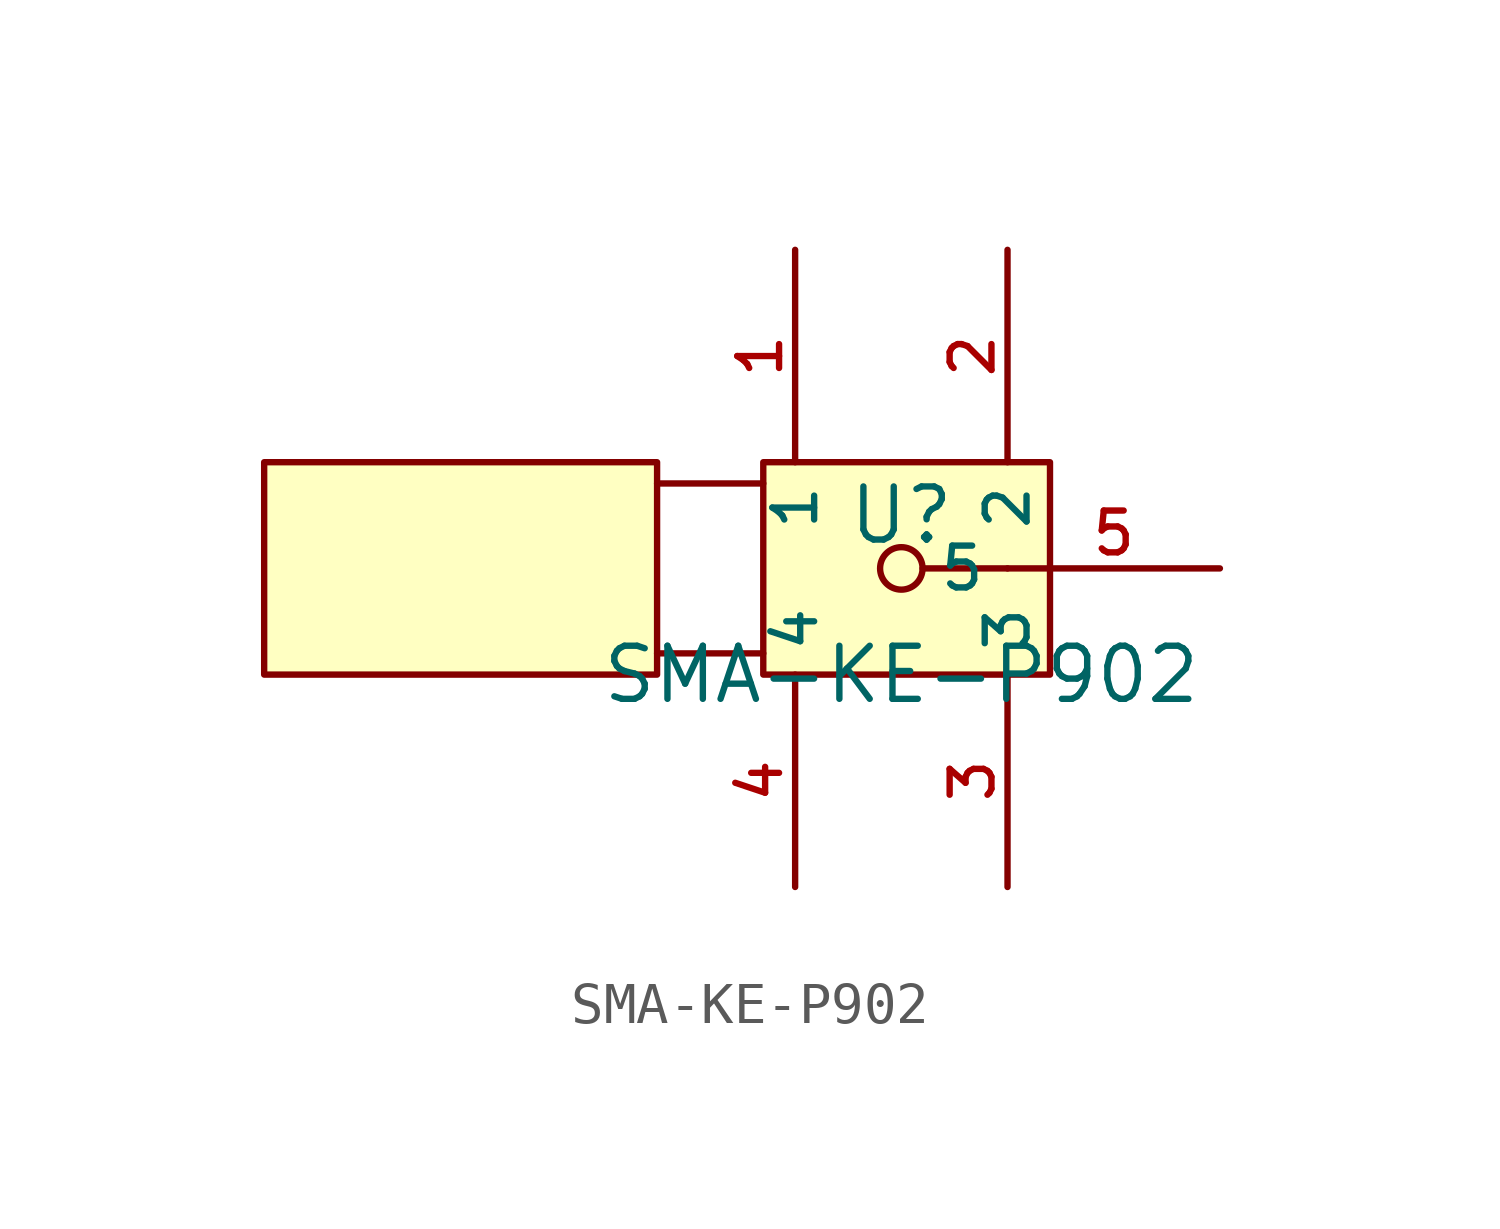
<source format=kicad_sym>
(kicad_symbol_lib
  (version 20210201)
  (generator TousstNicolas/JLC2KiCad_lib)
  (symbol "SMA-KE-P902"
    (property "Reference" "U"
      (at 0 1.27 0)
      (effects (font (size 1.27 1.27))))
    (property "Value" "SMA-KE-P902"
      (at 0 -2.54 0)
      (effects (font (size 1.27 1.27))))
    (symbol "SMA-KE-P902_0_1"
      (rectangle (start -15.24 2.54) (end -5.842 -2.54) (stroke (width 0) (type default) (color 0 0 0 0)) (fill (type background)))
      (rectangle (start -3.302 2.54) (end 3.556 -2.54) (stroke (width 0) (type default) (color 0 0 0 0)) (fill (type background)))
      (polyline (pts (xy -5.842 2.032) (xy -3.302 2.032)) (stroke (width 0) (type default) (color 0 0 0 0)) (fill (type none)))
      (polyline (pts (xy -5.842 -2.032) (xy -3.302 -2.032)) (stroke (width 0) (type default) (color 0 0 0 0)) (fill (type none)))
      (pin unspecified line (at -2.54 7.62 270) (length 5.08) (name "1" (effects (font (size 1 1)))) (number "1" (effects (font (size 1 1)))))
      (pin unspecified line (at 2.54 7.62 270) (length 5.08) (name "2" (effects (font (size 1 1)))) (number "2" (effects (font (size 1 1)))))
      (pin unspecified line (at 2.54 -7.62 90) (length 5.08) (name "3" (effects (font (size 1 1)))) (number "3" (effects (font (size 1 1)))))
      (pin unspecified line (at -2.54 -7.62 90) (length 5.08) (name "4" (effects (font (size 1 1)))) (number "4" (effects (font (size 1 1)))))
      (pin unspecified line (at 7.62 -0.0 180) (length 5.08) (name "5" (effects (font (size 1 1)))) (number "5" (effects (font (size 1 1)))))
      (circle (center 0.0 -0.0) (radius 0.508) (stroke (width 0) (type default) (color 0 0 0 0)) (fill (type background)))
      (polyline (pts (xy 0.508 -0.0) (xy 2.54 -0.0)) (stroke (width 0) (type default) (color 0 0 0 0)) (fill (type none))))))
</source>
